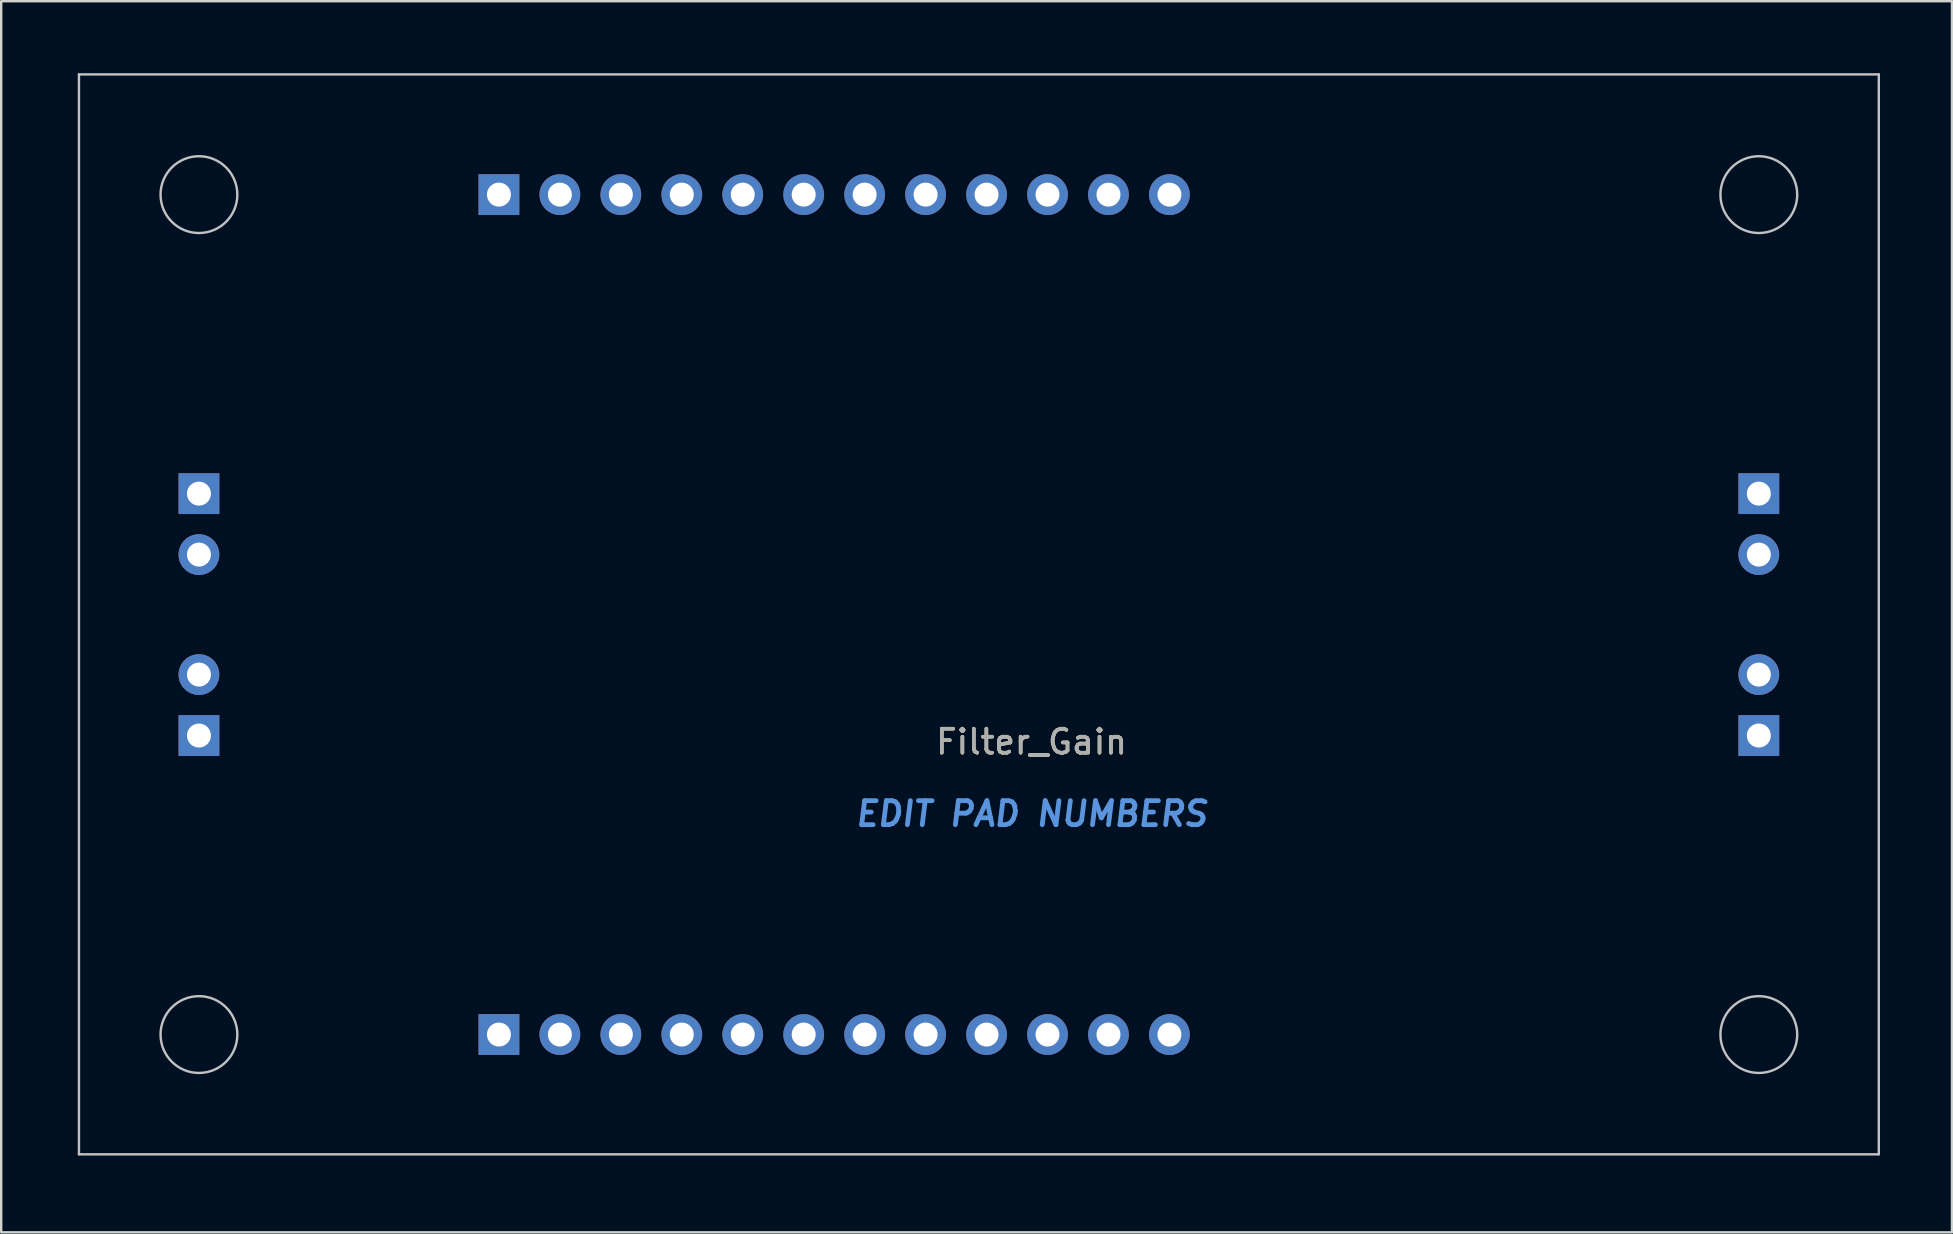
<source format=kicad_pcb>
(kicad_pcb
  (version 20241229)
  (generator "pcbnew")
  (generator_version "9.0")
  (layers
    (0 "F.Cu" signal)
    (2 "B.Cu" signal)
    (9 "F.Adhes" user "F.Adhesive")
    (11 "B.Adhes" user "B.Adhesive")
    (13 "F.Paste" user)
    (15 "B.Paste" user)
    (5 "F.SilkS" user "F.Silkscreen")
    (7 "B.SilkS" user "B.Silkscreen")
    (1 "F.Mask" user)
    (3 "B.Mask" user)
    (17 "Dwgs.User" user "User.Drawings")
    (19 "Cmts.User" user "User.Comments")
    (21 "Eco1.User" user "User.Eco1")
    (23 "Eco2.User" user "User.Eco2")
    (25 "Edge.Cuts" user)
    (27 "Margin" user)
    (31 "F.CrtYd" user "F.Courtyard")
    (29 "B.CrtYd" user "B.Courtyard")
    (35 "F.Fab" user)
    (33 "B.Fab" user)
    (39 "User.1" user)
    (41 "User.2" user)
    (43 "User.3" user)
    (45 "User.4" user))
  (footprint "Filter_Gain"
    (layer "F.Cu")
    (at 0.25 45.05)
    (property "Reference" "Filter_Gain" (at 39.683 -17.189 180) (layer "F.SilkS") (effects (font (size 1 1) (thickness 0.15))))
    (attr smd)
    (fp_line (start -0.01 -45) (end -0.01 0) (stroke (width 0.1) (type solid)) (layer "Dwgs.User"))
    (fp_line (start -0.01 0) (end 74.99 0) (stroke (width 0.1) (type solid)) (layer "Dwgs.User"))
    (fp_line (start 74.99 -45) (end -0.01 -45) (stroke (width 0.1) (type solid)) (layer "Dwgs.User"))
    (fp_line (start 74.99 0) (end 74.99 -45) (stroke (width 0.1) (type solid)) (layer "Dwgs.User"))
    (fp_circle (center 4.99 -39.99) (end 3.39 -39.99) (stroke (width 0.1) (type solid)) (fill no) (layer "Dwgs.User"))
    (fp_circle (center 4.99 -4.99) (end 3.39 -4.99) (stroke (width 0.1) (type solid)) (fill no) (layer "Dwgs.User"))
    (fp_circle (center 69.99 -39.99) (end 68.39 -39.99) (stroke (width 0.1) (type solid)) (fill no) (layer "Dwgs.User"))
    (fp_circle (center 69.99 -4.99) (end 68.39 -4.99) (stroke (width 0.1) (type solid)) (fill no) (layer "Dwgs.User"))
    (fp_text user "EDIT PAD NUMBERS" (at 39.683 -14.189 180) (layer "Cmts.User") (effects (font (size 1 1) (thickness 0.2) (italic yes))))
    (fp_text user "${REFERENCE}" (at 39.683 -17.189 180) (layer "F.Fab") (effects (font (size 1 1) (thickness 0.15))))
    (pad "1" thru_hole rect (at 4.99 -27.53 180) (size 1.7 1.7) (drill 1) (layers "*.Cu" "*.Mask"))
    (pad "2" thru_hole circle (at 4.99 -24.99 180) (size 1.7 1.7) (drill 1) (layers "*.Cu" "*.Mask"))
    (pad "3" thru_hole rect (at 4.99 -17.45 180) (size 1.7 1.7) (drill 1) (layers "*.Cu" "*.Mask"))
    (pad "4" thru_hole circle (at 4.99 -19.99 180) (size 1.7 1.7) (drill 1) (layers "*.Cu" "*.Mask"))
    (pad "5" thru_hole rect (at 17.49 -4.99 180) (size 1.7 1.7) (drill 1) (layers "*.Cu" "*.Mask"))
    (pad "6" thru_hole circle (at 20.03 -4.99 180) (size 1.7 1.7) (drill 1) (layers "*.Cu" "*.Mask"))
    (pad "7" thru_hole circle (at 22.57 -4.99 180) (size 1.7 1.7) (drill 1) (layers "*.Cu" "*.Mask"))
    (pad "8" thru_hole circle (at 25.11 -4.99 180) (size 1.7 1.7) (drill 1) (layers "*.Cu" "*.Mask"))
    (pad "9" thru_hole circle (at 27.65 -4.99 180) (size 1.7 1.7) (drill 1) (layers "*.Cu" "*.Mask"))
    (pad "10" thru_hole circle (at 30.19 -4.99 180) (size 1.7 1.7) (drill 1) (layers "*.Cu" "*.Mask"))
    (pad "11" thru_hole circle (at 32.73 -4.99 180) (size 1.7 1.7) (drill 1) (layers "*.Cu" "*.Mask"))
    (pad "12" thru_hole circle (at 35.27 -4.99 180) (size 1.7 1.7) (drill 1) (layers "*.Cu" "*.Mask"))
    (pad "13" thru_hole circle (at 37.81 -4.99 180) (size 1.7 1.7) (drill 1) (layers "*.Cu" "*.Mask"))
    (pad "14" thru_hole circle (at 40.35 -4.99 180) (size 1.7 1.7) (drill 1) (layers "*.Cu" "*.Mask"))
    (pad "15" thru_hole circle (at 42.89 -4.99 180) (size 1.7 1.7) (drill 1) (layers "*.Cu" "*.Mask"))
    (pad "16" thru_hole circle (at 45.43 -4.99 180) (size 1.7 1.7) (drill 1) (layers "*.Cu" "*.Mask"))
    (pad "17" thru_hole rect (at 17.49 -39.99 180) (size 1.7 1.7) (drill 1) (layers "*.Cu" "*.Mask"))
    (pad "18" thru_hole circle (at 20.03 -39.99 180) (size 1.7 1.7) (drill 1) (layers "*.Cu" "*.Mask"))
    (pad "19" thru_hole circle (at 22.57 -39.99 180) (size 1.7 1.7) (drill 1) (layers "*.Cu" "*.Mask"))
    (pad "20" thru_hole circle (at 25.11 -39.99 180) (size 1.7 1.7) (drill 1) (layers "*.Cu" "*.Mask"))
    (pad "21" thru_hole circle (at 27.65 -39.99 180) (size 1.7 1.7) (drill 1) (layers "*.Cu" "*.Mask"))
    (pad "22" thru_hole circle (at 30.19 -39.99 180) (size 1.7 1.7) (drill 1) (layers "*.Cu" "*.Mask"))
    (pad "23" thru_hole circle (at 32.73 -39.99 180) (size 1.7 1.7) (drill 1) (layers "*.Cu" "*.Mask"))
    (pad "24" thru_hole circle (at 35.27 -39.99 180) (size 1.7 1.7) (drill 1) (layers "*.Cu" "*.Mask"))
    (pad "25" thru_hole circle (at 37.81 -39.99 180) (size 1.7 1.7) (drill 1) (layers "*.Cu" "*.Mask"))
    (pad "26" thru_hole circle (at 40.35 -39.99 180) (size 1.7 1.7) (drill 1) (layers "*.Cu" "*.Mask"))
    (pad "27" thru_hole circle (at 42.89 -39.99 180) (size 1.7 1.7) (drill 1) (layers "*.Cu" "*.Mask"))
    (pad "28" thru_hole circle (at 45.43 -39.99 180) (size 1.7 1.7) (drill 1) (layers "*.Cu" "*.Mask"))
    (pad "29" thru_hole rect (at 69.99 -27.53 180) (size 1.7 1.7) (drill 1) (layers "*.Cu" "*.Mask"))
    (pad "30" thru_hole circle (at 69.99 -24.99 180) (size 1.7 1.7) (drill 1) (layers "*.Cu" "*.Mask"))
    (pad "31" thru_hole rect (at 69.99 -17.45 180) (size 1.7 1.7) (drill 1) (layers "*.Cu" "*.Mask"))
    (pad "32" thru_hole circle (at 69.99 -19.99 180) (size 1.7 1.7) (drill 1) (layers "*.Cu" "*.Mask")))
  (gr_rect
    (start -3 -3)
    (end 78.29 48.3)
    (stroke (width 0.1) (type default))
    (fill no)
    (layer "Edge.Cuts")))
</source>
